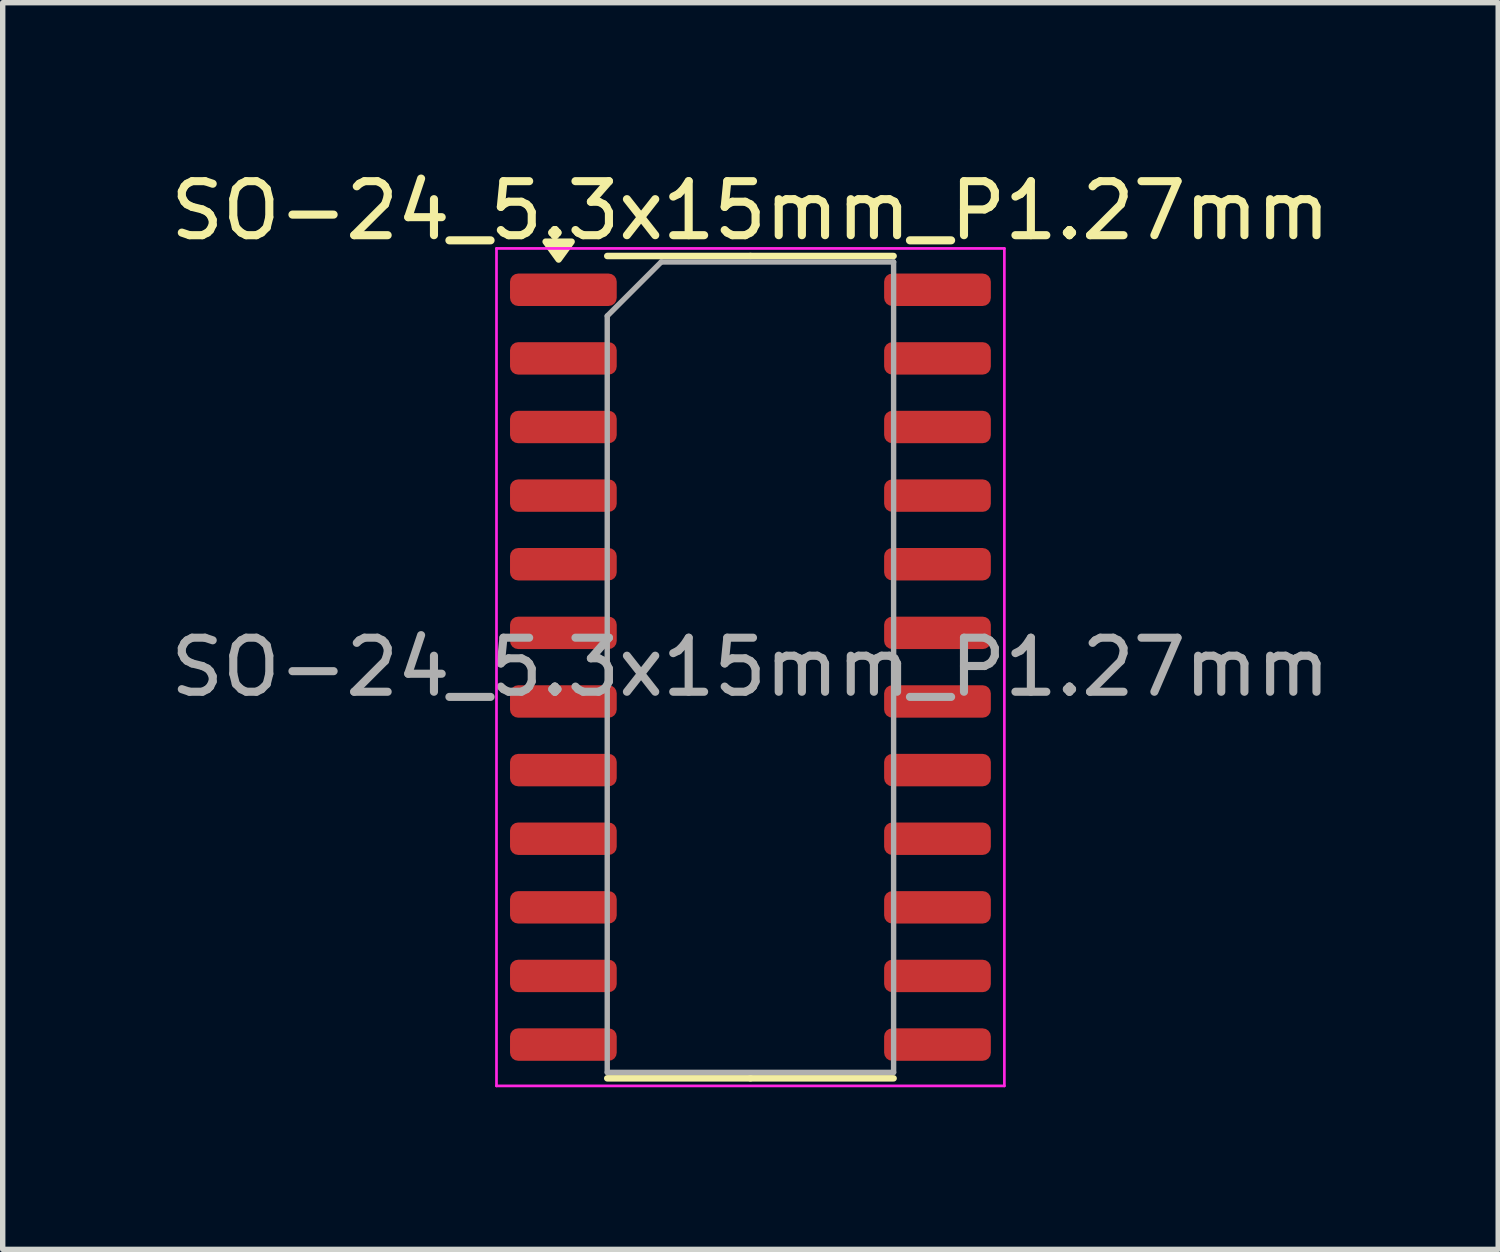
<source format=kicad_pcb>
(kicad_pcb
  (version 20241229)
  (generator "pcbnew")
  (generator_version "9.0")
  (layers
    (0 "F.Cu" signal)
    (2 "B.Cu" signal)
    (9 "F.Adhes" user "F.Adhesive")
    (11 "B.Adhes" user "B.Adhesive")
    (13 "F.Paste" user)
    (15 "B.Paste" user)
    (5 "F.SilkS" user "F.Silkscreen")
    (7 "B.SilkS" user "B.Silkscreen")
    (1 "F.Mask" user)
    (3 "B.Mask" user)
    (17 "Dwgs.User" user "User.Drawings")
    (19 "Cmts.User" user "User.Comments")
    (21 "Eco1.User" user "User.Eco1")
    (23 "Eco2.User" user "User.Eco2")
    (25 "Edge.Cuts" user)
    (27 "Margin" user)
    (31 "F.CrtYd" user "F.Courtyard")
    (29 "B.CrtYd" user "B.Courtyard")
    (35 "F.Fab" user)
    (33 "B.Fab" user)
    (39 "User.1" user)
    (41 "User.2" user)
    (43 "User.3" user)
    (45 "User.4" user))
  (footprint "SO-24_5.3x15mm_P1.27mm"
    (layer "F.Cu")
    (at 10.839 9.298)
    (property "Reference" "SO-24_5.3x15mm_P1.27mm" (at 0 -8.45 0) (layer "F.SilkS") (effects (font (size 1 1) (thickness 0.15))))
    (attr smd)
    (fp_line (start 0 -7.61) (end -2.65 -7.61) (stroke (width 0.12) (type solid)) (layer "F.SilkS"))
    (fp_line (start 0 -7.61) (end 2.65 -7.61) (stroke (width 0.12) (type solid)) (layer "F.SilkS"))
    (fp_line (start 0 7.61) (end -2.65 7.61) (stroke (width 0.12) (type solid)) (layer "F.SilkS"))
    (fp_line (start 0 7.61) (end 2.65 7.61) (stroke (width 0.12) (type solid)) (layer "F.SilkS"))
    (fp_poly (pts (xy -3.55 -7.545) (xy -3.79 -7.875) (xy -3.31 -7.875) (xy -3.55 -7.545)) (stroke (width 0.12) (type solid)) (fill yes) (layer "F.SilkS"))
    (fp_line (start -4.7 -7.75) (end -4.7 7.75) (stroke (width 0.05) (type solid)) (layer "F.CrtYd"))
    (fp_line (start -4.7 7.75) (end 4.7 7.75) (stroke (width 0.05) (type solid)) (layer "F.CrtYd"))
    (fp_line (start 4.7 -7.75) (end -4.7 -7.75) (stroke (width 0.05) (type solid)) (layer "F.CrtYd"))
    (fp_line (start 4.7 7.75) (end 4.7 -7.75) (stroke (width 0.05) (type solid)) (layer "F.CrtYd"))
    (fp_line (start -2.65 -6.5) (end -1.65 -7.5) (stroke (width 0.1) (type solid)) (layer "F.Fab"))
    (fp_line (start -2.65 7.5) (end -2.65 -6.5) (stroke (width 0.1) (type solid)) (layer "F.Fab"))
    (fp_line (start -1.65 -7.5) (end 2.65 -7.5) (stroke (width 0.1) (type solid)) (layer "F.Fab"))
    (fp_line (start 2.65 -7.5) (end 2.65 7.5) (stroke (width 0.1) (type solid)) (layer "F.Fab"))
    (fp_line (start 2.65 7.5) (end -2.65 7.5) (stroke (width 0.1) (type solid)) (layer "F.Fab"))
    (fp_text user "${REFERENCE}" (at 0 0 0) (layer "F.Fab") (effects (font (size 1 1) (thickness 0.15))))
    (pad "1" smd roundrect (at -3.462 -6.985) (size 1.975 0.6) (layers "F.Cu" "F.Mask" "F.Paste") (roundrect_rratio 0.25))
    (pad "2" smd roundrect (at -3.462 -5.715) (size 1.975 0.6) (layers "F.Cu" "F.Mask" "F.Paste") (roundrect_rratio 0.25))
    (pad "3" smd roundrect (at -3.462 -4.445) (size 1.975 0.6) (layers "F.Cu" "F.Mask" "F.Paste") (roundrect_rratio 0.25))
    (pad "4" smd roundrect (at -3.462 -3.175) (size 1.975 0.6) (layers "F.Cu" "F.Mask" "F.Paste") (roundrect_rratio 0.25))
    (pad "5" smd roundrect (at -3.462 -1.905) (size 1.975 0.6) (layers "F.Cu" "F.Mask" "F.Paste") (roundrect_rratio 0.25))
    (pad "6" smd roundrect (at -3.462 -0.635) (size 1.975 0.6) (layers "F.Cu" "F.Mask" "F.Paste") (roundrect_rratio 0.25))
    (pad "7" smd roundrect (at -3.462 0.635) (size 1.975 0.6) (layers "F.Cu" "F.Mask" "F.Paste") (roundrect_rratio 0.25))
    (pad "8" smd roundrect (at -3.462 1.905) (size 1.975 0.6) (layers "F.Cu" "F.Mask" "F.Paste") (roundrect_rratio 0.25))
    (pad "9" smd roundrect (at -3.462 3.175) (size 1.975 0.6) (layers "F.Cu" "F.Mask" "F.Paste") (roundrect_rratio 0.25))
    (pad "10" smd roundrect (at -3.462 4.445) (size 1.975 0.6) (layers "F.Cu" "F.Mask" "F.Paste") (roundrect_rratio 0.25))
    (pad "11" smd roundrect (at -3.462 5.715) (size 1.975 0.6) (layers "F.Cu" "F.Mask" "F.Paste") (roundrect_rratio 0.25))
    (pad "12" smd roundrect (at -3.462 6.985) (size 1.975 0.6) (layers "F.Cu" "F.Mask" "F.Paste") (roundrect_rratio 0.25))
    (pad "13" smd roundrect (at 3.462 6.985) (size 1.975 0.6) (layers "F.Cu" "F.Mask" "F.Paste") (roundrect_rratio 0.25))
    (pad "14" smd roundrect (at 3.462 5.715) (size 1.975 0.6) (layers "F.Cu" "F.Mask" "F.Paste") (roundrect_rratio 0.25))
    (pad "15" smd roundrect (at 3.462 4.445) (size 1.975 0.6) (layers "F.Cu" "F.Mask" "F.Paste") (roundrect_rratio 0.25))
    (pad "16" smd roundrect (at 3.462 3.175) (size 1.975 0.6) (layers "F.Cu" "F.Mask" "F.Paste") (roundrect_rratio 0.25))
    (pad "17" smd roundrect (at 3.462 1.905) (size 1.975 0.6) (layers "F.Cu" "F.Mask" "F.Paste") (roundrect_rratio 0.25))
    (pad "18" smd roundrect (at 3.462 0.635) (size 1.975 0.6) (layers "F.Cu" "F.Mask" "F.Paste") (roundrect_rratio 0.25))
    (pad "19" smd roundrect (at 3.462 -0.635) (size 1.975 0.6) (layers "F.Cu" "F.Mask" "F.Paste") (roundrect_rratio 0.25))
    (pad "20" smd roundrect (at 3.462 -1.905) (size 1.975 0.6) (layers "F.Cu" "F.Mask" "F.Paste") (roundrect_rratio 0.25))
    (pad "21" smd roundrect (at 3.462 -3.175) (size 1.975 0.6) (layers "F.Cu" "F.Mask" "F.Paste") (roundrect_rratio 0.25))
    (pad "22" smd roundrect (at 3.462 -4.445) (size 1.975 0.6) (layers "F.Cu" "F.Mask" "F.Paste") (roundrect_rratio 0.25))
    (pad "23" smd roundrect (at 3.462 -5.715) (size 1.975 0.6) (layers "F.Cu" "F.Mask" "F.Paste") (roundrect_rratio 0.25))
    (pad "24" smd roundrect (at 3.462 -6.985) (size 1.975 0.6) (layers "F.Cu" "F.Mask" "F.Paste") (roundrect_rratio 0.25)))
  (gr_rect
    (start -3 -3)
    (end 24.679 20.073)
    (stroke (width 0.1) (type default))
    (fill no)
    (layer "Edge.Cuts")))
</source>
